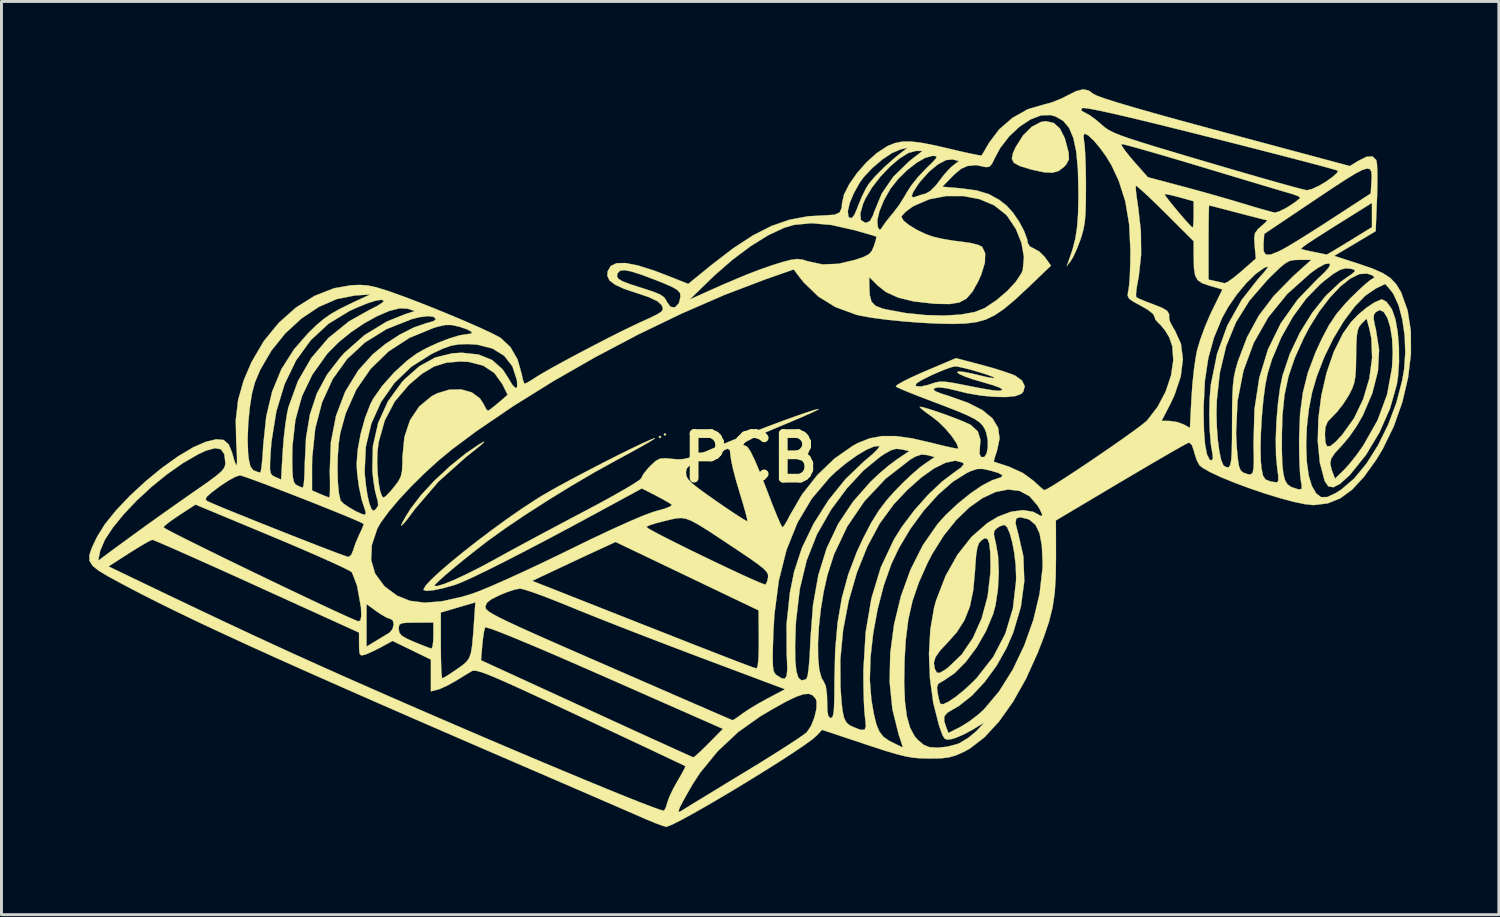
<source format=kicad_pcb>
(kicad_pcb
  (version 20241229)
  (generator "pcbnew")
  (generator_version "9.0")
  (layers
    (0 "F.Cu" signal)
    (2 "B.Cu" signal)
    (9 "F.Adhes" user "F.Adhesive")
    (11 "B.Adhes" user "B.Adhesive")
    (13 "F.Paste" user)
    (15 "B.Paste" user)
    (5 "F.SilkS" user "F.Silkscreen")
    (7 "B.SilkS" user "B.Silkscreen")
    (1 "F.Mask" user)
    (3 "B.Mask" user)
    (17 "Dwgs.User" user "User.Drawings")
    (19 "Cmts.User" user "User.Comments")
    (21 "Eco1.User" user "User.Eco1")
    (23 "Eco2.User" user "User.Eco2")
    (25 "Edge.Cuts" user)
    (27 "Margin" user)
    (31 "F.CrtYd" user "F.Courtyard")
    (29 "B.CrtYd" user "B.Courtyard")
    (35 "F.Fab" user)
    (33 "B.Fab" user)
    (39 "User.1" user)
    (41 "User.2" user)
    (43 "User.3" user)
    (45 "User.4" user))
  (footprint "PCB"
    (layer "F.Cu")
    (at 22.604 12.608)
    (property "Reference" "PCB" (at 0 0 0) (layer "F.SilkS") (effects (font (size 1.524 1.524) (thickness 0.3))))
    (attr through_hole)
    (fp_poly (pts (xy -3.048 -0.72) (xy -3.09 -0.677) (xy -3.133 -0.72) (xy -3.09 -0.762) (xy -3.048 -0.72)) (stroke (width 0.01) (type solid)) (fill yes) (layer "F.SilkS"))
    (fp_poly (pts (xy -2.879 -0.804) (xy -2.921 -0.762) (xy -2.963 -0.804) (xy -2.921 -0.847) (xy -2.879 -0.804)) (stroke (width 0.01) (type solid)) (fill yes) (layer "F.SilkS"))
    (fp_poly (pts (xy -9.099 -0.549) (xy -9.2 -0.454) (xy -9.43 -0.265) (xy -9.737 -0.022) (xy -10.663 0.807) (xy -11.463 1.737) (xy -11.547 1.851) (xy -11.728 2.091) (xy -11.865 2.255) (xy -11.934 2.314) (xy -11.938 2.308) (xy -11.894 2.202) (xy -11.78 1.998) (xy -11.618 1.741) (xy -11.609 1.728) (xy -11.258 1.266) (xy -10.798 0.771) (xy -10.273 0.283) (xy -9.728 -0.157) (xy -9.271 -0.468) (xy -9.124 -0.552) (xy -9.099 -0.549)) (stroke (width 0.01) (type solid)) (fill yes) (layer "F.SilkS"))
    (fp_poly (pts (xy 10.374 -11.453) (xy 10.586 -11.261) (xy 10.752 -10.927) (xy 10.881 -10.438) (xy 10.892 -10.214) (xy 10.798 -10.034) (xy 10.72 -9.951) (xy 10.542 -9.814) (xy 10.331 -9.753) (xy 10.049 -9.766) (xy 9.658 -9.849) (xy 9.567 -9.873) (xy 9.215 -9.98) (xy 9.012 -10.09) (xy 8.939 -10.229) (xy 8.978 -10.426) (xy 9.068 -10.625) (xy 9.323 -11.029) (xy 9.621 -11.325) (xy 9.934 -11.489) (xy 10.107 -11.515) (xy 10.374 -11.453)) (stroke (width 0.01) (type solid)) (fill yes) (layer "F.SilkS"))
    (fp_poly (pts (xy 21.747 -5.341) (xy 21.907 -5.124) (xy 21.943 -5.059) (xy 22.053 -4.743) (xy 22.131 -4.308) (xy 22.173 -3.801) (xy 22.177 -3.272) (xy 22.14 -2.766) (xy 22.101 -2.514) (xy 21.871 -1.699) (xy 21.51 -0.878) (xy 21.047 -0.107) (xy 20.51 0.562) (xy 20.46 0.614) (xy 20.162 0.882) (xy 19.931 1) (xy 19.759 0.969) (xy 19.638 0.792) (xy 19.634 0.783) (xy 19.478 0.191) (xy 19.825 0.191) (xy 19.869 0.39) (xy 19.9 0.474) (xy 19.987 0.705) (xy 20.287 0.416) (xy 20.487 0.196) (xy 20.725 -0.103) (xy 20.949 -0.418) (xy 20.952 -0.423) (xy 21.444 -1.293) (xy 21.771 -2.178) (xy 21.937 -3.093) (xy 21.961 -3.598) (xy 21.94 -4.072) (xy 21.876 -4.475) (xy 21.78 -4.787) (xy 21.657 -4.988) (xy 21.519 -5.059) (xy 21.38 -4.988) (xy 21.318 -4.894) (xy 21.308 -4.758) (xy 21.352 -4.53) (xy 21.384 -4.405) (xy 21.495 -3.697) (xy 21.456 -2.972) (xy 21.264 -2.215) (xy 20.942 -1.46) (xy 20.731 -1.093) (xy 20.473 -0.722) (xy 20.223 -0.428) (xy 20.223 -0.427) (xy 19.985 -0.172) (xy 19.858 0.019) (xy 19.825 0.191) (xy 19.478 0.191) (xy 19.469 0.158) (xy 19.399 -0.561) (xy 19.405 -0.821) (xy 19.643 -0.821) (xy 19.658 -0.54) (xy 19.715 -0.402) (xy 19.826 -0.405) (xy 20.007 -0.55) (xy 20.233 -0.793) (xy 20.639 -1.359) (xy 20.951 -2.013) (xy 21.161 -2.715) (xy 21.256 -3.425) (xy 21.229 -4.101) (xy 21.159 -4.435) (xy 21.068 -4.765) (xy 20.894 -4.591) (xy 20.815 -4.493) (xy 20.764 -4.365) (xy 20.733 -4.17) (xy 20.717 -3.873) (xy 20.71 -3.5) (xy 20.703 -3.081) (xy 20.684 -2.785) (xy 20.644 -2.565) (xy 20.576 -2.374) (xy 20.47 -2.165) (xy 20.452 -2.132) (xy 20.262 -1.836) (xy 20.047 -1.563) (xy 19.922 -1.436) (xy 19.737 -1.242) (xy 19.657 -1.045) (xy 19.643 -0.821) (xy 19.405 -0.821) (xy 19.418 -1.338) (xy 19.52 -2.133) (xy 19.698 -2.91) (xy 19.946 -3.631) (xy 20.259 -4.257) (xy 20.536 -4.648) (xy 20.783 -4.903) (xy 21.062 -5.136) (xy 21.331 -5.316) (xy 21.546 -5.411) (xy 21.601 -5.419) (xy 21.747 -5.341)) (stroke (width 0.01) (type solid)) (fill yes) (layer "F.SilkS"))
    (fp_poly (pts (xy 11.564 -12.566) (xy 11.721 -12.451) (xy 11.84 -12.39) (xy 12.102 -12.294) (xy 12.51 -12.164) (xy 13.069 -11.997) (xy 13.78 -11.794) (xy 14.648 -11.553) (xy 15.676 -11.274) (xy 16.195 -11.134) (xy 20.495 -9.98) (xy 20.777 -10.155) (xy 21.069 -10.299) (xy 21.27 -10.31) (xy 21.396 -10.189) (xy 21.4 -10.181) (xy 21.423 -10.045) (xy 21.435 -9.775) (xy 21.437 -9.41) (xy 21.428 -8.984) (xy 21.424 -8.894) (xy 21.378 -7.754) (xy 20.67 -7.332) (xy 19.961 -6.91) (xy 20.773 -6.648) (xy 21.266 -6.478) (xy 21.626 -6.319) (xy 21.885 -6.149) (xy 22.077 -5.947) (xy 22.233 -5.691) (xy 22.249 -5.66) (xy 22.469 -5.05) (xy 22.58 -4.343) (xy 22.584 -3.566) (xy 22.486 -2.747) (xy 22.29 -1.913) (xy 22.001 -1.091) (xy 21.621 -0.31) (xy 21.397 0.061) (xy 20.975 0.648) (xy 20.571 1.084) (xy 20.165 1.38) (xy 19.74 1.551) (xy 19.277 1.608) (xy 19.248 1.609) (xy 18.958 1.578) (xy 18.563 1.495) (xy 18.093 1.368) (xy 17.58 1.211) (xy 17.054 1.032) (xy 16.548 0.844) (xy 16.09 0.656) (xy 15.714 0.48) (xy 15.449 0.328) (xy 15.348 0.24) (xy 15.262 0.077) (xy 15.183 -0.164) (xy 15.171 -0.218) (xy 15.096 -0.441) (xy 15.004 -0.526) (xy 14.988 -0.525) (xy 14.889 -0.477) (xy 14.665 -0.353) (xy 14.333 -0.163) (xy 13.911 0.081) (xy 13.42 0.369) (xy 12.878 0.689) (xy 12.661 0.817) (xy 10.445 2.135) (xy 10.448 3.417) (xy 10.439 4.078) (xy 10.404 4.626) (xy 10.331 5.113) (xy 10.21 5.595) (xy 10.031 6.125) (xy 9.826 6.655) (xy 9.423 7.548) (xy 8.978 8.338) (xy 8.501 9.009) (xy 8.005 9.547) (xy 7.499 9.937) (xy 7.299 10.047) (xy 7.024 10.168) (xy 6.777 10.238) (xy 6.493 10.27) (xy 6.106 10.275) (xy 6.096 10.275) (xy 5.817 10.268) (xy 5.564 10.246) (xy 5.302 10.2) (xy 4.997 10.124) (xy 4.614 10.01) (xy 4.118 9.849) (xy 3.914 9.781) (xy 2.451 9.293) (xy 2.263 9.495) (xy 2.109 9.626) (xy 1.838 9.822) (xy 1.471 10.07) (xy 1.03 10.357) (xy 0.534 10.67) (xy 0.005 10.997) (xy -0.536 11.326) (xy -1.067 11.642) (xy -1.568 11.934) (xy -2.019 12.189) (xy -2.397 12.394) (xy -2.681 12.537) (xy -2.852 12.604) (xy -2.879 12.608) (xy -3.01 12.571) (xy -3.252 12.481) (xy -3.56 12.354) (xy -3.683 12.301) (xy -3.899 12.206) (xy -4.161 12.092) (xy -2.46 12.092) (xy -2.412 12.094) (xy -2.282 12.016) (xy -2.155 11.937) (xy -1.905 11.783) (xy -1.554 11.569) (xy -1.122 11.306) (xy -0.633 11.008) (xy -0.16 10.721) (xy 0.363 10.402) (xy 0.844 10.101) (xy 1.263 9.834) (xy 1.599 9.614) (xy 1.83 9.454) (xy 1.931 9.373) (xy 2.077 9.153) (xy 2.191 8.865) (xy 2.259 8.569) (xy 2.264 8.324) (xy 2.232 8.23) (xy 2.133 8.116) (xy 2 8.062) (xy 1.817 8.076) (xy 1.563 8.162) (xy 1.221 8.327) (xy 0.772 8.577) (xy 0.339 8.833) (xy -0.417 9.369) (xy -1.118 10.026) (xy -1.717 10.759) (xy -1.965 11.14) (xy -2.149 11.457) (xy -2.304 11.735) (xy -2.405 11.931) (xy -2.427 11.98) (xy -2.46 12.092) (xy -4.161 12.092) (xy -4.253 12.052) (xy -4.723 11.848) (xy -5.293 11.601) (xy -5.942 11.32) (xy -6.653 11.013) (xy -7.405 10.688) (xy -8.086 10.394) (xy -9.79 9.657) (xy -11.347 8.981) (xy -12.765 8.362) (xy -14.055 7.795) (xy -15.225 7.276) (xy -16.284 6.802) (xy -17.242 6.367) (xy -18.108 5.968) (xy -18.89 5.601) (xy -19.598 5.261) (xy -20.241 4.944) (xy -20.829 4.647) (xy -21.369 4.364) (xy -21.484 4.303) (xy -21.951 4.05) (xy -22.283 3.851) (xy -22.461 3.707) (xy -21.944 3.707) (xy -21.111 4.107) (xy -19.952 4.663) (xy -18.92 5.155) (xy -17.992 5.594) (xy -17.143 5.992) (xy -16.349 6.36) (xy -15.585 6.71) (xy -14.827 7.052) (xy -14.051 7.399) (xy -13.843 7.492) (xy -12.913 7.902) (xy -11.957 8.321) (xy -10.988 8.742) (xy -10.019 9.16) (xy -9.063 9.57) (xy -8.131 9.967) (xy -7.237 10.345) (xy -6.394 10.699) (xy -5.613 11.024) (xy -4.908 11.314) (xy -4.292 11.564) (xy -3.777 11.769) (xy -3.375 11.923) (xy -3.1 12.022) (xy -2.964 12.059) (xy -2.952 12.058) (xy -2.892 11.956) (xy -2.838 11.776) (xy -2.766 11.574) (xy -2.632 11.296) (xy -2.491 11.044) (xy -2.347 10.797) (xy -2.25 10.614) (xy -2.221 10.537) (xy -2.221 10.537) (xy -2.3 10.498) (xy -2.517 10.394) (xy -2.857 10.233) (xy -3.305 10.021) (xy -3.845 9.767) (xy -4.463 9.477) (xy -5.143 9.157) (xy -5.8 8.849) (xy -6.635 8.458) (xy -7.332 8.134) (xy -7.902 7.872) (xy -8.36 7.665) (xy -8.72 7.508) (xy -8.993 7.396) (xy -9.195 7.322) (xy -9.339 7.282) (xy -9.438 7.27) (xy -9.506 7.279) (xy -9.542 7.296) (xy -9.725 7.407) (xy -9.976 7.561) (xy -10.098 7.636) (xy -10.363 7.782) (xy -10.608 7.892) (xy -10.695 7.92) (xy -10.922 7.977) (xy -10.922 6.892) (xy -11.578 6.572) (xy -12.234 6.253) (xy -12.615 6.462) (xy -12.877 6.596) (xy -13.108 6.699) (xy -13.187 6.728) (xy -13.301 6.749) (xy -13.357 6.698) (xy -13.376 6.536) (xy -13.377 6.448) (xy -13.123 6.448) (xy -12.806 6.256) (xy -12.572 6.114) (xy -12.379 5.998) (xy -12.34 5.975) (xy -12.235 5.851) (xy -12.234 5.848) (xy -12.022 5.848) (xy -12.001 5.975) (xy -11.914 6.078) (xy -11.728 6.185) (xy -11.493 6.288) (xy -11.217 6.401) (xy -11.004 6.483) (xy -10.901 6.515) (xy -10.865 6.441) (xy -10.842 6.247) (xy -10.837 6.072) (xy -10.837 5.625) (xy -11.43 5.628) (xy -11.739 5.632) (xy -11.916 5.651) (xy -11.998 5.698) (xy -12.021 5.787) (xy -12.022 5.848) (xy -12.234 5.848) (xy -12.195 5.686) (xy -12.225 5.549) (xy -12.306 5.503) (xy -12.437 5.456) (xy -12.643 5.337) (xy -12.721 5.283) (xy -10.583 5.283) (xy -10.583 6.409) (xy -10.58 6.824) (xy -10.57 7.17) (xy -10.556 7.416) (xy -10.538 7.531) (xy -10.534 7.535) (xy -10.444 7.49) (xy -10.258 7.373) (xy -10.028 7.218) (xy -9.841 7.085) (xy -9.707 6.969) (xy -9.669 6.915) (xy -9.21 6.915) (xy -5.6 8.572) (xy -4.869 8.908) (xy -4.187 9.22) (xy -3.567 9.504) (xy -3.025 9.75) (xy -2.577 9.954) (xy -2.238 10.107) (xy -2.023 10.204) (xy -1.947 10.236) (xy -1.873 10.182) (xy -1.711 10.035) (xy -1.493 9.823) (xy -1.422 9.751) (xy -0.938 9.261) (xy -4.978 7.48) (xy -5.936 7.06) (xy -6.778 6.695) (xy -7.497 6.389) (xy -8.089 6.143) (xy -8.546 5.959) (xy -8.864 5.841) (xy -9.038 5.79) (xy -9.069 5.792) (xy -9.104 5.921) (xy -9.141 6.162) (xy -9.166 6.4) (xy -9.21 6.915) (xy -9.669 6.915) (xy -9.615 6.838) (xy -9.553 6.661) (xy -9.512 6.407) (xy -9.479 6.045) (xy -9.446 5.579) (xy -9.414 5.1) (xy -9.058 5.1) (xy -9.045 5.147) (xy -9 5.202) (xy -8.911 5.271) (xy -8.765 5.358) (xy -8.551 5.47) (xy -8.257 5.613) (xy -7.871 5.792) (xy -7.38 6.013) (xy -6.774 6.282) (xy -6.04 6.604) (xy -5.167 6.985) (xy -4.846 7.125) (xy -4.052 7.471) (xy -3.307 7.795) (xy -2.623 8.093) (xy -2.016 8.357) (xy -1.499 8.581) (xy -1.087 8.76) (xy -0.794 8.887) (xy -0.634 8.956) (xy -0.608 8.967) (xy -0.531 8.925) (xy -0.369 8.812) (xy -0.288 8.751) (xy -0.065 8.6) (xy 0.245 8.412) (xy 0.576 8.227) (xy 0.595 8.217) (xy 1.186 7.906) (xy -1.714 6.818) (xy -2.461 6.535) (xy -3.23 6.241) (xy -3.99 5.948) (xy -4.706 5.669) (xy -5.348 5.415) (xy -5.883 5.2) (xy -6.138 5.095) (xy -6.624 4.898) (xy -7.068 4.726) (xy -7.442 4.59) (xy -7.718 4.5) (xy -7.869 4.465) (xy -7.874 4.465) (xy -8.063 4.501) (xy -8.337 4.592) (xy -8.572 4.689) (xy -8.853 4.829) (xy -9.003 4.945) (xy -9.056 5.066) (xy -9.058 5.1) (xy -9.414 5.1) (xy -9.402 4.936) (xy -9.993 5.109) (xy -10.583 5.283) (xy -12.721 5.283) (xy -12.772 5.249) (xy -13.123 4.994) (xy -13.123 6.448) (xy -13.377 6.448) (xy -13.378 6.377) (xy -13.379 5.969) (xy -16.871 4.381) (xy -17.591 4.054) (xy -18.265 3.75) (xy -18.877 3.476) (xy -19.41 3.239) (xy -19.85 3.045) (xy -20.18 2.902) (xy -20.384 2.817) (xy -20.447 2.796) (xy -20.55 2.84) (xy -20.76 2.958) (xy -21.041 3.129) (xy -21.238 3.253) (xy -21.944 3.707) (xy -22.461 3.707) (xy -22.492 3.682) (xy -22.593 3.515) (xy -22.593 3.514) (xy -22.297 3.514) (xy -22.007 3.295) (xy -21.829 3.163) (xy -21.549 2.958) (xy -21.206 2.707) (xy -20.834 2.437) (xy -20.786 2.402) (xy -20.739 2.368) (xy -20.066 2.368) (xy -19.993 2.417) (xy -19.785 2.528) (xy -19.462 2.694) (xy -19.042 2.904) (xy -18.546 3.149) (xy -17.99 3.422) (xy -17.395 3.711) (xy -16.78 4.008) (xy -16.163 4.305) (xy -15.563 4.591) (xy -15 4.858) (xy -14.492 5.097) (xy -14.058 5.298) (xy -13.717 5.453) (xy -13.488 5.552) (xy -13.391 5.586) (xy -13.327 5.543) (xy -13.303 5.393) (xy -13.313 5.105) (xy -13.314 5.101) (xy -13.446 4.37) (xy -13.621 3.91) (xy -13.71 3.852) (xy -13.936 3.738) (xy -14.282 3.577) (xy -14.478 3.489) (xy -12.965 3.489) (xy -12.829 3.95) (xy -12.533 4.357) (xy -12.475 4.413) (xy -12.081 4.705) (xy -11.641 4.882) (xy -11.136 4.946) (xy -10.546 4.9) (xy -9.852 4.743) (xy -9.525 4.645) (xy -9.259 4.547) (xy -8.867 4.384) (xy -8.451 4.201) (xy -7.458 4.201) (xy -5.444 4.996) (xy -4.339 5.432) (xy -3.383 5.809) (xy -2.564 6.131) (xy -1.873 6.403) (xy -1.3 6.626) (xy -0.836 6.807) (xy -0.471 6.948) (xy -0.195 7.053) (xy 0.003 7.126) (xy 0.13 7.171) (xy 0.198 7.191) (xy 0.212 7.193) (xy 0.249 7.113) (xy 0.275 6.882) (xy 0.276 6.864) (xy 0.764 6.864) (xy 0.771 7.107) (xy 0.791 7.262) (xy 0.828 7.355) (xy 0.883 7.414) (xy 0.894 7.423) (xy 1.065 7.53) (xy 1.178 7.545) (xy 1.24 7.449) (xy 1.262 7.225) (xy 1.25 6.857) (xy 1.241 6.703) (xy 1.24 6.428) (xy 1.529 6.428) (xy 1.536 6.937) (xy 1.574 7.297) (xy 1.644 7.517) (xy 1.75 7.604) (xy 1.892 7.57) (xy 1.915 7.555) (xy 1.957 7.444) (xy 1.995 7.177) (xy 2.027 6.767) (xy 2.048 6.327) (xy 2.312 6.327) (xy 2.316 6.824) (xy 2.355 7.229) (xy 2.431 7.515) (xy 2.49 7.612) (xy 2.576 7.785) (xy 2.618 8.081) (xy 2.625 8.325) (xy 2.633 8.64) (xy 2.663 8.816) (xy 2.721 8.886) (xy 2.749 8.89) (xy 2.799 8.865) (xy 2.833 8.776) (xy 2.856 8.598) (xy 2.868 8.308) (xy 2.873 7.883) (xy 2.874 7.641) (xy 2.892 6.897) (xy 3.075 6.897) (xy 3.081 7.832) (xy 3.115 8.313) (xy 3.152 8.654) (xy 3.204 8.884) (xy 3.277 9.033) (xy 3.383 9.13) (xy 3.505 9.192) (xy 3.765 9.293) (xy 3.904 9.294) (xy 3.949 9.174) (xy 3.925 8.912) (xy 3.919 8.869) (xy 3.895 8.616) (xy 3.877 8.241) (xy 3.866 7.792) (xy 3.865 7.59) (xy 4.084 7.59) (xy 4.136 8.256) (xy 4.138 8.268) (xy 4.222 8.758) (xy 4.309 9.11) (xy 4.413 9.357) (xy 4.548 9.53) (xy 4.73 9.659) (xy 4.826 9.709) (xy 5.045 9.817) (xy 5.187 9.887) (xy 5.215 9.901) (xy 5.195 9.831) (xy 5.135 9.646) (xy 5.071 9.457) (xy 4.855 8.587) (xy 4.765 7.69) (xy 5.259 7.69) (xy 5.284 8.325) (xy 5.349 8.828) (xy 5.458 9.216) (xy 5.613 9.507) (xy 5.717 9.629) (xy 5.922 9.805) (xy 6.12 9.886) (xy 6.398 9.904) (xy 6.405 9.904) (xy 6.738 9.868) (xy 7.07 9.78) (xy 7.154 9.745) (xy 7.441 9.574) (xy 7.71 9.354) (xy 7.747 9.316) (xy 8.001 9.043) (xy 7.578 9.299) (xy 7.293 9.452) (xy 7.02 9.568) (xy 6.888 9.608) (xy 6.743 9.63) (xy 6.649 9.601) (xy 6.575 9.49) (xy 6.491 9.264) (xy 6.445 9.128) (xy 6.412 8.996) (xy 6.627 8.996) (xy 6.687 9.183) (xy 6.771 9.402) (xy 7.185 9.192) (xy 7.481 9.01) (xy 7.8 8.765) (xy 7.985 8.596) (xy 8.503 7.98) (xy 8.968 7.239) (xy 9.364 6.409) (xy 9.676 5.531) (xy 9.888 4.642) (xy 9.986 3.782) (xy 9.991 3.564) (xy 9.965 2.997) (xy 9.887 2.577) (xy 9.75 2.288) (xy 9.548 2.116) (xy 9.471 2.084) (xy 9.224 2.024) (xy 9.091 2.067) (xy 9.065 2.228) (xy 9.137 2.518) (xy 9.151 2.561) (xy 9.333 3.358) (xy 9.365 4.207) (xy 9.249 5.084) (xy 8.987 5.968) (xy 8.759 6.496) (xy 8.419 7.099) (xy 8.015 7.652) (xy 7.577 8.122) (xy 7.136 8.472) (xy 6.988 8.559) (xy 6.742 8.704) (xy 6.63 8.834) (xy 6.627 8.996) (xy 6.412 8.996) (xy 6.253 8.371) (xy 6.182 7.848) (xy 6.38 7.848) (xy 6.402 8.036) (xy 6.448 8.254) (xy 6.488 8.393) (xy 6.493 8.403) (xy 6.589 8.418) (xy 6.776 8.331) (xy 7.026 8.162) (xy 7.313 7.93) (xy 7.609 7.654) (xy 7.74 7.519) (xy 8.305 6.797) (xy 8.717 6.004) (xy 8.976 5.139) (xy 9.083 4.201) (xy 9.085 4.068) (xy 9.071 3.667) (xy 9.025 3.262) (xy 8.955 2.886) (xy 8.869 2.574) (xy 8.776 2.363) (xy 8.683 2.286) (xy 8.539 2.332) (xy 8.433 2.396) (xy 8.345 2.483) (xy 8.324 2.601) (xy 8.366 2.807) (xy 8.386 2.883) (xy 8.468 3.349) (xy 8.493 3.906) (xy 8.463 4.488) (xy 8.382 5.029) (xy 8.3 5.334) (xy 8.055 5.918) (xy 7.738 6.472) (xy 7.373 6.962) (xy 6.984 7.355) (xy 6.599 7.618) (xy 6.56 7.636) (xy 6.421 7.723) (xy 6.38 7.848) (xy 6.182 7.848) (xy 6.14 7.541) (xy 6.118 7.003) (xy 6.272 7.003) (xy 6.303 7.194) (xy 6.317 7.232) (xy 6.378 7.338) (xy 6.47 7.348) (xy 6.632 7.256) (xy 6.756 7.167) (xy 7.219 6.726) (xy 7.607 6.155) (xy 7.908 5.48) (xy 8.112 4.729) (xy 8.206 3.926) (xy 8.211 3.671) (xy 8.201 3.219) (xy 8.168 2.923) (xy 8.107 2.768) (xy 8.013 2.741) (xy 7.89 2.822) (xy 7.811 2.921) (xy 7.757 3.074) (xy 7.719 3.315) (xy 7.69 3.679) (xy 7.682 3.834) (xy 7.62 4.523) (xy 7.503 5.083) (xy 7.317 5.552) (xy 7.05 5.967) (xy 6.759 6.293) (xy 6.484 6.587) (xy 6.327 6.812) (xy 6.272 7.003) (xy 6.118 7.003) (xy 6.106 6.688) (xy 6.153 5.862) (xy 6.282 5.114) (xy 6.35 4.868) (xy 6.672 4.036) (xy 7.08 3.307) (xy 7.56 2.698) (xy 8.1 2.226) (xy 8.472 2.003) (xy 8.912 1.837) (xy 9.323 1.782) (xy 9.669 1.84) (xy 9.802 1.91) (xy 9.945 1.988) (xy 9.98 1.944) (xy 9.906 1.774) (xy 9.825 1.634) (xy 9.545 1.307) (xy 9.202 1.124) (xy 8.811 1.078) (xy 8.385 1.162) (xy 7.938 1.369) (xy 7.485 1.69) (xy 7.038 2.12) (xy 6.612 2.651) (xy 6.221 3.275) (xy 6.053 3.598) (xy 5.758 4.261) (xy 5.544 4.885) (xy 5.399 5.525) (xy 5.311 6.234) (xy 5.272 6.906) (xy 5.259 7.69) (xy 4.765 7.69) (xy 4.761 7.65) (xy 4.782 6.676) (xy 4.912 5.693) (xy 5.145 4.73) (xy 5.475 3.818) (xy 5.895 2.984) (xy 6.399 2.259) (xy 6.678 1.949) (xy 7.093 1.56) (xy 7.518 1.216) (xy 7.918 0.942) (xy 8.261 0.763) (xy 8.403 0.715) (xy 8.587 0.652) (xy 8.612 0.584) (xy 8.474 0.509) (xy 8.213 0.432) (xy 7.943 0.373) (xy 7.746 0.376) (xy 7.533 0.45) (xy 7.398 0.513) (xy 6.916 0.816) (xy 6.418 1.254) (xy 5.929 1.797) (xy 5.475 2.415) (xy 5.079 3.078) (xy 4.821 3.623) (xy 4.563 4.351) (xy 4.353 5.157) (xy 4.199 5.995) (xy 4.107 6.821) (xy 4.084 7.59) (xy 3.865 7.59) (xy 3.864 7.316) (xy 3.865 7.239) (xy 3.941 5.96) (xy 4.14 4.79) (xy 4.462 3.732) (xy 4.906 2.79) (xy 5.172 2.363) (xy 5.602 1.792) (xy 6.073 1.261) (xy 6.55 0.809) (xy 6.97 0.492) (xy 7.202 0.327) (xy 7.293 0.218) (xy 7.266 0.158) (xy 7.008 0.092) (xy 6.675 0.161) (xy 6.282 0.355) (xy 5.842 0.667) (xy 5.37 1.088) (xy 4.908 1.577) (xy 4.422 2.239) (xy 3.996 3.032) (xy 3.64 3.925) (xy 3.361 4.887) (xy 3.17 5.888) (xy 3.075 6.897) (xy 2.892 6.897) (xy 2.9 6.572) (xy 2.982 5.63) (xy 3.128 4.779) (xy 3.345 3.985) (xy 3.639 3.212) (xy 3.861 2.734) (xy 4.13 2.217) (xy 4.387 1.803) (xy 4.67 1.431) (xy 4.929 1.141) (xy 5.229 0.834) (xy 5.538 0.544) (xy 5.806 0.315) (xy 5.915 0.233) (xy 6.3 -0.032) (xy 6.051 -0.099) (xy 5.853 -0.12) (xy 5.65 -0.054) (xy 5.462 0.058) (xy 4.624 0.708) (xy 3.903 1.474) (xy 3.312 2.341) (xy 2.861 3.294) (xy 2.633 4.004) (xy 2.505 4.578) (xy 2.408 5.175) (xy 2.343 5.768) (xy 2.312 6.327) (xy 2.048 6.327) (xy 2.053 6.228) (xy 2.054 6.181) (xy 2.141 5.03) (xy 2.323 4.005) (xy 2.608 3.086) (xy 3.002 2.253) (xy 3.514 1.488) (xy 4.095 0.827) (xy 4.393 0.544) (xy 4.719 0.266) (xy 5.002 0.054) (xy 5.434 -0.237) (xy 5.164 -0.296) (xy 4.989 -0.314) (xy 4.815 -0.268) (xy 4.589 -0.142) (xy 4.434 -0.039) (xy 3.865 0.429) (xy 3.298 1.04) (xy 2.759 1.767) (xy 2.754 1.775) (xy 2.277 2.61) (xy 1.924 3.504) (xy 1.689 4.48) (xy 1.562 5.564) (xy 1.551 5.761) (xy 1.529 6.428) (xy 1.24 6.428) (xy 1.237 5.675) (xy 1.351 4.609) (xy 1.494 3.895) (xy 1.762 3.074) (xy 2.164 2.242) (xy 2.671 1.442) (xy 3.257 0.716) (xy 3.894 0.107) (xy 3.94 0.07) (xy 4.181 -0.135) (xy 4.346 -0.298) (xy 4.412 -0.394) (xy 4.404 -0.409) (xy 4.227 -0.393) (xy 3.96 -0.278) (xy 3.632 -0.082) (xy 3.274 0.175) (xy 2.916 0.473) (xy 2.706 0.673) (xy 2.1 1.389) (xy 1.61 2.212) (xy 1.235 3.145) (xy 0.972 4.195) (xy 0.82 5.368) (xy 0.785 6.005) (xy 0.769 6.505) (xy 0.764 6.864) (xy 0.276 6.864) (xy 0.288 6.518) (xy 0.289 6.203) (xy 0.282 5.21) (xy -2.163 4.04) (xy -4.608 2.87) (xy -5.204 3.145) (xy -5.549 3.304) (xy -5.978 3.504) (xy -6.421 3.712) (xy -6.629 3.81) (xy -7.458 4.201) (xy -8.451 4.201) (xy -8.375 4.168) (xy -7.808 3.91) (xy -7.192 3.622) (xy -6.553 3.315) (xy -6.265 3.174) (xy -5.44 2.772) (xy -4.721 2.434) (xy -4.55 2.357) (xy -3.556 2.357) (xy -3.483 2.411) (xy -3.281 2.525) (xy -2.974 2.686) (xy -2.586 2.882) (xy -2.142 3.103) (xy -1.667 3.335) (xy -1.184 3.567) (xy -0.717 3.789) (xy -0.292 3.987) (xy 0.068 4.15) (xy 0.338 4.266) (xy 0.494 4.324) (xy 0.522 4.327) (xy 0.576 4.211) (xy 0.607 4.068) (xy 0.603 3.982) (xy 0.554 3.889) (xy 0.442 3.774) (xy 0.246 3.619) (xy -0.051 3.41) (xy -0.469 3.129) (xy -0.548 3.077) (xy -1.069 2.731) (xy -1.471 2.467) (xy -1.777 2.277) (xy -2.012 2.15) (xy -2.197 2.078) (xy -2.358 2.051) (xy -2.517 2.061) (xy -2.698 2.097) (xy -2.916 2.15) (xy -3.218 2.227) (xy -3.443 2.298) (xy -3.551 2.349) (xy -3.556 2.357) (xy -4.55 2.357) (xy -4.12 2.163) (xy -3.644 1.962) (xy -3.303 1.837) (xy -3.192 1.806) (xy -2.92 1.729) (xy -2.739 1.656) (xy -2.684 1.601) (xy -2.687 1.597) (xy -2.795 1.524) (xy -3.006 1.404) (xy -3.234 1.283) (xy -3.71 1.04) (xy -5.178 1.838) (xy -6.076 2.323) (xy -6.921 2.773) (xy -7.698 3.18) (xy -8.395 3.538) (xy -8.999 3.84) (xy -9.495 4.079) (xy -9.871 4.249) (xy -10.113 4.343) (xy -10.118 4.344) (xy -10.522 4.456) (xy -10.851 4.523) (xy -11.077 4.542) (xy -11.174 4.509) (xy -11.176 4.499) (xy -11.109 4.374) (xy -10.922 4.169) (xy -10.632 3.898) (xy -10.26 3.577) (xy -9.823 3.22) (xy -9.342 2.842) (xy -8.834 2.459) (xy -8.32 2.085) (xy -7.817 1.736) (xy -7.344 1.426) (xy -7.117 1.285) (xy -6.809 1.107) (xy -6.418 0.89) (xy -5.969 0.649) (xy -5.486 0.396) (xy -4.995 0.142) (xy -4.52 -0.098) (xy -4.086 -0.312) (xy -3.719 -0.488) (xy -3.443 -0.612) (xy -3.283 -0.673) (xy -3.26 -0.677) (xy -3.304 -0.639) (xy -3.477 -0.535) (xy -3.757 -0.375) (xy -4.124 -0.172) (xy -4.556 0.061) (xy -4.614 0.093) (xy -5.344 0.497) (xy -6.127 0.957) (xy -6.922 1.446) (xy -7.689 1.938) (xy -8.388 2.41) (xy -8.978 2.834) (xy -9.017 2.864) (xy -9.392 3.154) (xy -9.766 3.451) (xy -10.114 3.736) (xy -10.414 3.99) (xy -10.644 4.195) (xy -10.781 4.33) (xy -10.809 4.375) (xy -10.696 4.377) (xy -10.458 4.303) (xy -10.118 4.164) (xy -9.696 3.967) (xy -9.214 3.724) (xy -8.716 3.455) (xy -8.305 3.228) (xy -7.782 2.945) (xy -7.187 2.625) (xy -6.559 2.291) (xy -5.938 1.962) (xy -5.654 1.813) (xy -5.133 1.535) (xy -4.666 1.278) (xy -4.271 1.053) (xy -3.971 0.872) (xy -3.783 0.746) (xy -3.728 0.69) (xy -3.67 0.567) (xy -3.63 0.516) (xy -2.201 0.516) (xy -2.186 0.62) (xy -2.128 0.726) (xy -2.005 0.854) (xy -1.797 1.023) (xy -1.484 1.251) (xy -1.167 1.474) (xy -0.804 1.723) (xy -0.492 1.931) (xy -0.257 2.081) (xy -0.123 2.157) (xy -0.102 2.162) (xy -0.114 2.074) (xy -0.168 1.857) (xy -0.257 1.544) (xy -0.372 1.167) (xy -0.374 1.159) (xy -0.494 0.752) (xy -0.592 0.378) (xy -0.656 0.082) (xy -0.677 -0.084) (xy -0.703 -0.279) (xy -0.783 -0.316) (xy -0.783 -0.316) (xy -0.907 -0.265) (xy -1.142 -0.167) (xy -1.445 -0.041) (xy -1.545 0.001) (xy -1.868 0.142) (xy -2.063 0.247) (xy -2.163 0.34) (xy -2.198 0.447) (xy -2.201 0.516) (xy -3.63 0.516) (xy -3.526 0.383) (xy -3.426 0.277) (xy -3.24 0.103) (xy -3.089 0.022) (xy -2.9 0.008) (xy -2.678 0.03) (xy -2.485 0.046) (xy -2.308 0.039) (xy -2.111 -0.003) (xy -1.861 -0.088) (xy -1.519 -0.225) (xy -1.162 -0.378) (xy -0.765 -0.544) (xy -0.31 -0.727) (xy 0.176 -0.917) (xy 0.669 -1.105) (xy 1.142 -1.281) (xy 1.57 -1.435) (xy 1.927 -1.558) (xy 2.186 -1.641) (xy 2.323 -1.673) (xy 2.337 -1.671) (xy 2.272 -1.631) (xy 2.076 -1.538) (xy 1.773 -1.405) (xy 1.388 -1.24) (xy 1.056 -1.102) (xy 0.496 -0.866) (xy 0.092 -0.683) (xy -0.16 -0.55) (xy -0.263 -0.465) (xy -0.222 -0.426) (xy -0.171 -0.423) (xy -0.094 -0.372) (xy 0.011 -0.212) (xy 0.149 0.071) (xy 0.325 0.486) (xy 0.545 1.047) (xy 0.638 1.291) (xy 0.79 1.685) (xy 0.925 2.014) (xy 1.029 2.25) (xy 1.09 2.364) (xy 1.099 2.371) (xy 1.162 2.301) (xy 1.268 2.123) (xy 1.346 1.968) (xy 1.767 1.245) (xy 2.288 0.584) (xy 2.88 0.017) (xy 3.51 -0.422) (xy 3.675 -0.511) (xy 4.073 -0.67) (xy 4.495 -0.749) (xy 4.973 -0.75) (xy 5.539 -0.67) (xy 6.202 -0.517) (xy 6.565 -0.426) (xy 6.86 -0.359) (xy 7.053 -0.323) (xy 7.112 -0.323) (xy 7.052 -0.496) (xy 6.894 -0.735) (xy 6.673 -0.998) (xy 6.422 -1.244) (xy 6.227 -1.398) (xy 5.996 -1.564) (xy 5.837 -1.69) (xy 5.785 -1.749) (xy 5.785 -1.749) (xy 5.877 -1.74) (xy 6.086 -1.681) (xy 6.373 -1.588) (xy 6.697 -1.474) (xy 7.02 -1.353) (xy 7.302 -1.24) (xy 7.502 -1.148) (xy 7.537 -1.129) (xy 7.775 -0.912) (xy 7.867 -0.619) (xy 7.844 -0.339) (xy 7.836 -0.141) (xy 7.886 -0.035) (xy 7.999 -0.032) (xy 8.078 -0.156) (xy 8.118 -0.364) (xy 8.115 -0.617) (xy 8.062 -0.872) (xy 8.008 -1.003) (xy 7.934 -1.12) (xy 7.828 -1.226) (xy 7.668 -1.333) (xy 7.432 -1.453) (xy 7.098 -1.596) (xy 6.643 -1.774) (xy 6.182 -1.949) (xy 5.77 -2.106) (xy 5.414 -2.247) (xy 5.145 -2.359) (xy 4.993 -2.431) (xy 4.973 -2.444) (xy 5.004 -2.481) (xy 5.646 -2.481) (xy 5.665 -2.46) (xy 5.826 -2.442) (xy 6.084 -2.501) (xy 6.147 -2.523) (xy 6.323 -2.582) (xy 6.483 -2.611) (xy 6.669 -2.607) (xy 6.925 -2.57) (xy 7.296 -2.498) (xy 7.384 -2.48) (xy 7.9 -2.379) (xy 8.266 -2.318) (xy 8.495 -2.297) (xy 8.6 -2.314) (xy 8.602 -2.357) (xy 8.504 -2.413) (xy 8.287 -2.492) (xy 7.997 -2.577) (xy 7.983 -2.581) (xy 7.624 -2.685) (xy 7.336 -2.785) (xy 7.144 -2.871) (xy 7.068 -2.933) (xy 7.131 -2.96) (xy 7.142 -2.96) (xy 7.306 -2.941) (xy 7.569 -2.889) (xy 7.808 -2.832) (xy 8.078 -2.768) (xy 8.275 -2.733) (xy 8.35 -2.734) (xy 8.296 -2.773) (xy 8.121 -2.839) (xy 7.87 -2.92) (xy 7.586 -3.003) (xy 7.314 -3.074) (xy 7.098 -3.121) (xy 7.001 -3.133) (xy 6.856 -3.099) (xy 6.605 -3.008) (xy 6.296 -2.877) (xy 6.197 -2.833) (xy 5.868 -2.67) (xy 5.687 -2.556) (xy 5.646 -2.481) (xy 5.004 -2.481) (xy 5.021 -2.5) (xy 5.2 -2.605) (xy 5.483 -2.746) (xy 5.845 -2.91) (xy 5.967 -2.963) (xy 7.03 -3.413) (xy 7.893 -3.186) (xy 8.29 -3.076) (xy 8.657 -2.962) (xy 8.943 -2.862) (xy 9.056 -2.814) (xy 9.289 -2.645) (xy 9.382 -2.45) (xy 9.326 -2.26) (xy 9.262 -2.194) (xy 9.069 -2.118) (xy 8.751 -2.084) (xy 8.345 -2.09) (xy 7.889 -2.133) (xy 7.42 -2.214) (xy 7.139 -2.282) (xy 6.723 -2.382) (xy 6.447 -2.416) (xy 6.303 -2.39) (xy 6.261 -2.339) (xy 6.33 -2.28) (xy 6.529 -2.201) (xy 6.783 -2.121) (xy 7.442 -1.888) (xy 7.938 -1.635) (xy 8.279 -1.352) (xy 8.47 -1.032) (xy 8.52 -0.668) (xy 8.433 -0.252) (xy 8.432 -0.249) (xy 8.36 -0.03) (xy 8.323 0.106) (xy 8.322 0.126) (xy 8.405 0.154) (xy 8.604 0.219) (xy 8.843 0.297) (xy 9.315 0.511) (xy 9.683 0.782) (xy 9.873 0.958) (xy 10.009 1.074) (xy 10.05 1.101) (xy 10.153 1.054) (xy 10.371 0.926) (xy 10.679 0.731) (xy 11.053 0.487) (xy 11.47 0.21) (xy 11.905 -0.085) (xy 12.336 -0.381) (xy 12.738 -0.662) (xy 13.087 -0.912) (xy 13.36 -1.115) (xy 13.533 -1.254) (xy 13.568 -1.288) (xy 13.926 -1.755) (xy 14.2 -2.277) (xy 14.381 -2.819) (xy 14.459 -3.345) (xy 14.425 -3.821) (xy 14.32 -4.126) (xy 14.173 -4.368) (xy 14.017 -4.557) (xy 13.968 -4.598) (xy 13.844 -4.732) (xy 13.818 -4.834) (xy 13.761 -4.933) (xy 13.58 -5.073) (xy 13.352 -5.205) (xy 13.09 -5.346) (xy 12.948 -5.447) (xy 12.899 -5.547) (xy 12.912 -5.683) (xy 12.929 -5.757) (xy 12.955 -5.957) (xy 12.976 -6.282) (xy 12.989 -6.685) (xy 12.993 -7.112) (xy 12.949 -7.997) (xy 12.819 -8.773) (xy 12.678 -9.214) (xy 13.175 -9.214) (xy 13.197 -8.994) (xy 13.24 -8.691) (xy 13.256 -8.594) (xy 13.351 -7.754) (xy 13.359 -6.941) (xy 13.279 -6.21) (xy 13.257 -6.096) (xy 13.205 -5.81) (xy 13.183 -5.593) (xy 13.195 -5.495) (xy 13.298 -5.442) (xy 13.513 -5.353) (xy 13.78 -5.252) (xy 14.079 -5.133) (xy 14.247 -5.032) (xy 14.316 -4.919) (xy 14.317 -4.769) (xy 14.353 -4.643) (xy 14.46 -4.444) (xy 14.511 -4.366) (xy 14.72 -3.909) (xy 14.787 -3.377) (xy 14.713 -2.783) (xy 14.497 -2.142) (xy 14.355 -1.841) (xy 14.059 -1.27) (xy 14.332 -1.267) (xy 14.6 -1.227) (xy 14.817 -1.147) (xy 15.028 -1.029) (xy 15.057 -1.6) (xy 15.495 -1.6) (xy 15.508 -0.944) (xy 15.547 -0.447) (xy 15.614 -0.111) (xy 15.706 0.061) (xy 15.765 0.085) (xy 15.814 0.016) (xy 15.804 -0.106) (xy 15.742 -0.481) (xy 15.703 -0.966) (xy 15.689 -1.504) (xy 15.69 -1.521) (xy 15.935 -1.521) (xy 15.948 -1.057) (xy 15.982 -0.614) (xy 16.033 -0.226) (xy 16.097 0.072) (xy 16.17 0.246) (xy 16.194 0.27) (xy 16.289 0.318) (xy 16.359 0.313) (xy 16.408 0.234) (xy 16.44 0.063) (xy 16.458 -0.221) (xy 16.466 -0.636) (xy 16.467 -0.847) (xy 16.605 -0.847) (xy 16.634 -0.307) (xy 16.669 0.056) (xy 16.707 0.286) (xy 16.759 0.418) (xy 16.836 0.489) (xy 16.878 0.508) (xy 17.019 0.559) (xy 17.115 0.562) (xy 17.175 0.495) (xy 17.205 0.333) (xy 17.212 0.055) (xy 17.206 -0.325) (xy 17.441 -0.325) (xy 17.453 0.128) (xy 17.476 0.36) (xy 17.526 0.603) (xy 17.613 0.736) (xy 17.786 0.803) (xy 18 0.835) (xy 18.047 0.785) (xy 18.047 0.604) (xy 18.013 0.36) (xy 17.971 -0.079) (xy 17.969 -0.248) (xy 18.171 -0.248) (xy 18.186 0.203) (xy 18.22 0.53) (xy 18.277 0.755) (xy 18.362 0.899) (xy 18.478 0.984) (xy 18.524 1.003) (xy 18.745 1.075) (xy 18.843 1.058) (xy 18.849 0.928) (xy 18.821 0.783) (xy 18.796 0.579) (xy 18.777 0.249) (xy 18.764 -0.164) (xy 18.762 -0.442) (xy 19.002 -0.442) (xy 19.023 0.125) (xy 19.09 0.607) (xy 19.195 0.953) (xy 19.346 1.214) (xy 19.515 1.339) (xy 19.729 1.333) (xy 20.018 1.197) (xy 20.202 1.079) (xy 20.643 0.702) (xy 21.068 0.185) (xy 21.461 -0.439) (xy 21.805 -1.14) (xy 22.085 -1.888) (xy 22.285 -2.651) (xy 22.351 -3.037) (xy 22.391 -3.604) (xy 22.369 -4.185) (xy 22.289 -4.738) (xy 22.16 -5.224) (xy 21.987 -5.603) (xy 21.898 -5.726) (xy 21.706 -5.95) (xy 21.391 -5.8) (xy 21.031 -5.556) (xy 20.658 -5.173) (xy 20.288 -4.678) (xy 19.938 -4.098) (xy 19.625 -3.46) (xy 19.365 -2.791) (xy 19.205 -2.244) (xy 19.093 -1.666) (xy 19.025 -1.052) (xy 19.002 -0.442) (xy 18.762 -0.442) (xy 18.76 -0.615) (xy 18.761 -0.677) (xy 18.793 -1.508) (xy 18.888 -2.234) (xy 19.059 -2.914) (xy 19.318 -3.604) (xy 19.528 -4.059) (xy 19.779 -4.536) (xy 20.037 -4.923) (xy 20.352 -5.293) (xy 20.52 -5.467) (xy 20.788 -5.728) (xy 21.022 -5.943) (xy 21.192 -6.081) (xy 21.251 -6.117) (xy 21.34 -6.177) (xy 21.263 -6.246) (xy 21.081 -6.305) (xy 20.818 -6.288) (xy 20.506 -6.133) (xy 20.162 -5.857) (xy 19.805 -5.476) (xy 19.45 -5.01) (xy 19.115 -4.474) (xy 18.921 -4.106) (xy 18.615 -3.428) (xy 18.4 -2.799) (xy 18.263 -2.164) (xy 18.191 -1.466) (xy 18.172 -0.847) (xy 18.171 -0.248) (xy 17.969 -0.248) (xy 17.963 -0.629) (xy 17.985 -1.236) (xy 18.035 -1.846) (xy 18.109 -2.404) (xy 18.196 -2.824) (xy 18.445 -3.565) (xy 18.79 -4.29) (xy 19.208 -4.964) (xy 19.677 -5.551) (xy 20.173 -6.015) (xy 20.336 -6.133) (xy 20.563 -6.29) (xy 20.665 -6.38) (xy 20.656 -6.429) (xy 20.554 -6.464) (xy 20.535 -6.469) (xy 20.357 -6.486) (xy 20.169 -6.436) (xy 19.939 -6.302) (xy 19.635 -6.068) (xy 19.491 -5.948) (xy 19.004 -5.452) (xy 18.548 -4.829) (xy 18.149 -4.121) (xy 17.832 -3.37) (xy 17.685 -2.891) (xy 17.606 -2.5) (xy 17.539 -1.999) (xy 17.488 -1.437) (xy 17.454 -0.863) (xy 17.441 -0.325) (xy 17.206 -0.325) (xy 17.205 -0.364) (xy 17.202 -0.5) (xy 17.235 -1.672) (xy 17.399 -2.741) (xy 17.697 -3.715) (xy 18.132 -4.602) (xy 18.707 -5.411) (xy 19.348 -6.079) (xy 19.621 -6.339) (xy 19.774 -6.51) (xy 19.82 -6.611) (xy 19.784 -6.653) (xy 19.638 -6.628) (xy 19.394 -6.494) (xy 19.147 -6.317) (xy 18.355 -5.608) (xy 17.708 -4.813) (xy 17.209 -3.936) (xy 16.857 -2.98) (xy 16.655 -1.949) (xy 16.605 -0.847) (xy 16.467 -0.847) (xy 16.468 -1.164) (xy 16.471 -1.727) (xy 16.48 -2.156) (xy 16.499 -2.487) (xy 16.531 -2.753) (xy 16.579 -2.99) (xy 16.647 -3.234) (xy 16.667 -3.3) (xy 16.981 -4.129) (xy 17.381 -4.864) (xy 17.895 -5.543) (xy 18.548 -6.207) (xy 18.604 -6.258) (xy 19.175 -6.773) (xy 18.768 -6.773) (xy 18.588 -6.768) (xy 18.444 -6.74) (xy 18.303 -6.667) (xy 18.131 -6.53) (xy 17.898 -6.308) (xy 17.665 -6.075) (xy 17.065 -5.383) (xy 16.602 -4.64) (xy 16.267 -3.825) (xy 16.05 -2.915) (xy 15.947 -1.971) (xy 15.935 -1.521) (xy 15.69 -1.521) (xy 15.702 -2.036) (xy 15.742 -2.502) (xy 15.956 -3.563) (xy 16.306 -4.529) (xy 16.797 -5.405) (xy 17.353 -6.115) (xy 17.57 -6.359) (xy 17.679 -6.498) (xy 17.689 -6.545) (xy 17.609 -6.519) (xy 17.555 -6.492) (xy 17.27 -6.289) (xy 16.948 -5.972) (xy 16.624 -5.582) (xy 16.333 -5.158) (xy 16.132 -4.796) (xy 15.849 -4.114) (xy 15.655 -3.411) (xy 15.54 -2.644) (xy 15.496 -1.769) (xy 15.495 -1.6) (xy 15.057 -1.6) (xy 15.081 -2.06) (xy 15.114 -2.533) (xy 15.165 -3.014) (xy 15.225 -3.437) (xy 15.274 -3.689) (xy 15.381 -4.048) (xy 15.539 -4.479) (xy 15.72 -4.905) (xy 15.777 -5.025) (xy 16.138 -5.762) (xy 15.698 -5.89) (xy 15.452 -5.974) (xy 15.294 -6.078) (xy 15.206 -6.238) (xy 15.166 -6.491) (xy 15.157 -6.874) (xy 15.156 -6.902) (xy 15.155 -7.368) (xy 15.663 -7.368) (xy 15.663 -6.099) (xy 15.896 -6.048) (xy 16.097 -6.003) (xy 16.214 -5.975) (xy 16.313 -6.017) (xy 16.501 -6.148) (xy 16.739 -6.341) (xy 16.79 -6.385) (xy 17.281 -6.816) (xy 17.241 -7.258) (xy 17.238 -7.303) (xy 17.542 -7.303) (xy 17.548 -7.07) (xy 17.621 -6.955) (xy 17.781 -6.952) (xy 18.048 -7.057) (xy 18.21 -7.138) (xy 18.225 -7.147) (xy 18.836 -7.147) (xy 18.85 -7.136) (xy 18.979 -7.104) (xy 19.204 -7.056) (xy 19.309 -7.035) (xy 19.536 -6.989) (xy 19.677 -6.958) (xy 19.697 -6.952) (xy 19.77 -6.99) (xy 19.956 -7.099) (xy 20.226 -7.261) (xy 20.481 -7.417) (xy 21.251 -7.891) (xy 21.251 -8.722) (xy 20.553 -8.285) (xy 19.998 -7.938) (xy 19.573 -7.669) (xy 19.26 -7.469) (xy 19.046 -7.327) (xy 18.914 -7.233) (xy 18.849 -7.177) (xy 18.836 -7.147) (xy 18.225 -7.147) (xy 18.403 -7.249) (xy 18.706 -7.432) (xy 19.088 -7.671) (xy 19.519 -7.944) (xy 19.897 -8.189) (xy 21.209 -9.043) (xy 21.231 -9.411) (xy 21.241 -9.626) (xy 21.23 -9.782) (xy 21.184 -9.874) (xy 21.088 -9.898) (xy 20.926 -9.85) (xy 20.685 -9.725) (xy 20.348 -9.518) (xy 19.9 -9.226) (xy 19.33 -8.845) (xy 17.568 -7.662) (xy 17.542 -7.303) (xy 17.238 -7.303) (xy 17.225 -7.527) (xy 17.255 -7.693) (xy 17.353 -7.824) (xy 17.454 -7.914) (xy 17.605 -8.048) (xy 17.673 -8.123) (xy 17.671 -8.128) (xy 17.579 -8.148) (xy 17.357 -8.203) (xy 17.039 -8.285) (xy 16.67 -8.381) (xy 16.292 -8.48) (xy 15.98 -8.561) (xy 15.766 -8.616) (xy 15.684 -8.635) (xy 15.677 -8.556) (xy 15.671 -8.336) (xy 15.666 -8.006) (xy 15.664 -7.594) (xy 15.663 -7.368) (xy 15.155 -7.368) (xy 15.155 -7.411) (xy 14.185 -8.379) (xy 13.857 -8.702) (xy 13.572 -8.974) (xy 13.52 -9.022) (xy 14.158 -9.022) (xy 14.198 -8.953) (xy 14.32 -8.793) (xy 14.494 -8.577) (xy 14.691 -8.342) (xy 14.88 -8.123) (xy 15.032 -7.956) (xy 15.117 -7.876) (xy 15.123 -7.874) (xy 15.141 -7.95) (xy 15.153 -8.147) (xy 15.155 -8.326) (xy 15.155 -8.777) (xy 14.67 -8.913) (xy 14.408 -8.98) (xy 14.222 -9.019) (xy 14.158 -9.022) (xy 13.52 -9.022) (xy 13.35 -9.177) (xy 13.213 -9.292) (xy 13.179 -9.309) (xy 13.175 -9.214) (xy 12.678 -9.214) (xy 12.593 -9.48) (xy 12.346 -10.007) (xy 12.165 -10.307) (xy 11.953 -10.6) (xy 11.84 -10.734) (xy 12.686 -10.734) (xy 12.704 -10.665) (xy 12.816 -10.5) (xy 13 -10.271) (xy 13.1 -10.155) (xy 13.589 -9.6) (xy 14.774 -9.285) (xy 15.306 -9.141) (xy 15.881 -8.98) (xy 16.431 -8.821) (xy 16.886 -8.685) (xy 16.891 -8.684) (xy 17.272 -8.569) (xy 17.6 -8.475) (xy 17.836 -8.411) (xy 17.94 -8.39) (xy 18.076 -8.428) (xy 18.291 -8.534) (xy 18.427 -8.615) (xy 18.636 -8.756) (xy 18.77 -8.865) (xy 18.796 -8.901) (xy 18.723 -8.954) (xy 18.541 -9.022) (xy 18.479 -9.04) (xy 18.322 -9.085) (xy 18.025 -9.172) (xy 17.61 -9.296) (xy 17.099 -9.449) (xy 16.512 -9.625) (xy 15.873 -9.818) (xy 15.461 -9.942) (xy 14.814 -10.136) (xy 14.218 -10.313) (xy 13.693 -10.465) (xy 13.258 -10.589) (xy 12.933 -10.678) (xy 12.736 -10.727) (xy 12.686 -10.734) (xy 11.84 -10.734) (xy 11.74 -10.852) (xy 11.554 -11.027) (xy 11.428 -11.091) (xy 11.39 -11.019) (xy 11.406 -10.838) (xy 11.411 -10.816) (xy 11.433 -10.634) (xy 11.451 -10.322) (xy 11.465 -9.917) (xy 11.472 -9.457) (xy 11.472 -9.271) (xy 11.469 -8.752) (xy 11.457 -8.363) (xy 11.432 -8.065) (xy 11.389 -7.819) (xy 11.325 -7.587) (xy 11.279 -7.451) (xy 11.16 -7.143) (xy 11.04 -6.881) (xy 10.95 -6.731) (xy 10.815 -6.562) (xy 10.878 -6.731) (xy 11.013 -7.125) (xy 11.108 -7.494) (xy 11.169 -7.884) (xy 11.203 -8.339) (xy 11.215 -8.905) (xy 11.215 -9.102) (xy 11.198 -9.859) (xy 11.143 -10.465) (xy 11.045 -10.934) (xy 10.898 -11.283) (xy 10.697 -11.525) (xy 10.436 -11.675) (xy 10.265 -11.724) (xy 9.939 -11.714) (xy 9.574 -11.573) (xy 9.199 -11.325) (xy 8.846 -10.994) (xy 8.545 -10.604) (xy 8.37 -10.28) (xy 8.26 -10.056) (xy 8.166 -9.955) (xy 8.045 -9.945) (xy 7.976 -9.959) (xy 7.794 -9.998) (xy 7.705 -10.012) (xy 7.425 -9.983) (xy 7.206 -9.889) (xy 6.976 -9.697) (xy 6.912 -9.632) (xy 6.562 -9.274) (xy 7.197 -9.22) (xy 7.732 -9.148) (xy 8.155 -9.02) (xy 8.519 -8.818) (xy 8.761 -8.626) (xy 8.976 -8.391) (xy 9.185 -8.085) (xy 9.358 -7.762) (xy 9.463 -7.478) (xy 9.482 -7.354) (xy 9.555 -7.23) (xy 9.689 -7.163) (xy 9.874 -7.061) (xy 10.06 -6.878) (xy 10.086 -6.844) (xy 10.276 -6.576) (xy 9.501 -5.833) (xy 9.045 -5.409) (xy 8.669 -5.095) (xy 8.343 -4.875) (xy 8.037 -4.73) (xy 7.721 -4.644) (xy 7.363 -4.599) (xy 7.348 -4.597) (xy 6.938 -4.584) (xy 6.422 -4.594) (xy 5.841 -4.624) (xy 5.239 -4.67) (xy 4.659 -4.728) (xy 4.145 -4.796) (xy 3.74 -4.869) (xy 3.618 -4.899) (xy 2.91 -5.159) (xy 2.321 -5.522) (xy 1.821 -6.007) (xy 1.693 -6.167) (xy 1.679 -6.186) (xy 4.064 -6.186) (xy 4.064 -5.94) (xy 4.079 -5.579) (xy 4.14 -5.347) (xy 4.276 -5.204) (xy 4.511 -5.112) (xy 4.644 -5.079) (xy 5.311 -4.956) (xy 5.98 -4.887) (xy 6.617 -4.869) (xy 7.19 -4.903) (xy 7.667 -4.989) (xy 8.007 -5.122) (xy 8.415 -5.396) (xy 8.784 -5.71) (xy 9.08 -6.031) (xy 9.271 -6.324) (xy 9.313 -6.435) (xy 9.353 -6.87) (xy 9.269 -7.352) (xy 9.076 -7.832) (xy 8.791 -8.259) (xy 8.732 -8.326) (xy 8.334 -8.639) (xy 7.835 -8.85) (xy 7.275 -8.956) (xy 6.69 -8.955) (xy 6.118 -8.845) (xy 5.597 -8.621) (xy 5.51 -8.568) (xy 5.308 -8.417) (xy 5.183 -8.284) (xy 5.165 -8.237) (xy 5.237 -8.115) (xy 5.429 -7.96) (xy 5.699 -7.797) (xy 6.007 -7.651) (xy 6.231 -7.571) (xy 6.539 -7.497) (xy 6.922 -7.431) (xy 7.22 -7.395) (xy 7.535 -7.35) (xy 7.789 -7.286) (xy 7.923 -7.22) (xy 8.028 -6.999) (xy 8.017 -6.674) (xy 7.891 -6.263) (xy 7.782 -6.023) (xy 7.587 -5.678) (xy 7.386 -5.448) (xy 7.141 -5.316) (xy 6.814 -5.263) (xy 6.368 -5.27) (xy 6.269 -5.276) (xy 5.588 -5.353) (xy 5.05 -5.484) (xy 4.633 -5.675) (xy 4.36 -5.891) (xy 4.064 -6.186) (xy 1.679 -6.186) (xy 1.482 -6.447) (xy 0.466 -6.09) (xy -0.905 -5.567) (xy -2.346 -4.94) (xy -3.823 -4.228) (xy -5.299 -3.45) (xy -6.74 -2.625) (xy -8.109 -1.773) (xy -9.373 -0.912) (xy -10.202 -0.294) (xy -10.668 0.091) (xy -11.143 0.524) (xy -11.602 0.978) (xy -12.02 1.427) (xy -12.372 1.845) (xy -12.634 2.204) (xy -12.757 2.421) (xy -12.941 2.978) (xy -12.965 3.489) (xy -14.478 3.489) (xy -14.729 3.377) (xy -15.259 3.146) (xy -15.852 2.892) (xy -16.322 2.695) (xy -18.97 1.592) (xy -19.518 1.949) (xy -19.778 2.126) (xy -19.971 2.271) (xy -20.063 2.36) (xy -20.066 2.368) (xy -20.739 2.368) (xy -20.322 2.069) (xy -19.792 1.693) (xy -19.383 1.406) (xy -18.625 1.406) (xy -18.582 1.463) (xy -18.564 1.474) (xy -18.435 1.534) (xy -18.177 1.644) (xy -17.816 1.793) (xy -17.374 1.972) (xy -16.875 2.173) (xy -16.345 2.384) (xy -15.806 2.598) (xy -15.283 2.803) (xy -14.799 2.992) (xy -14.378 3.154) (xy -14.045 3.279) (xy -13.823 3.359) (xy -13.739 3.385) (xy -13.646 3.314) (xy -13.579 3.154) (xy -13.503 2.925) (xy -13.388 2.654) (xy -13.359 2.595) (xy -13.266 2.393) (xy -13.222 2.268) (xy -13.223 2.251) (xy -13.345 2.19) (xy -13.595 2.08) (xy -13.949 1.933) (xy -14.379 1.759) (xy -14.86 1.566) (xy -15.365 1.367) (xy -15.869 1.171) (xy -16.346 0.988) (xy -16.769 0.828) (xy -17.112 0.703) (xy -17.35 0.621) (xy -17.454 0.593) (xy -17.603 0.641) (xy -17.839 0.769) (xy -18.115 0.95) (xy -18.171 0.991) (xy -18.438 1.193) (xy -18.583 1.323) (xy -18.625 1.406) (xy -19.383 1.406) (xy -19.266 1.323) (xy -18.902 1.07) (xy -18.515 0.799) (xy -18.248 0.6) (xy -18.079 0.452) (xy -17.988 0.336) (xy -17.953 0.23) (xy -17.949 0.171) (xy -17.985 -0.129) (xy -18.099 -0.297) (xy -18.304 -0.336) (xy -18.612 -0.251) (xy -18.866 -0.134) (xy -19.396 0.172) (xy -19.939 0.553) (xy -20.473 0.986) (xy -20.975 1.45) (xy -21.424 1.922) (xy -21.797 2.381) (xy -22.072 2.802) (xy -22.226 3.166) (xy -22.238 3.217) (xy -22.297 3.514) (xy -22.593 3.514) (xy -22.599 3.327) (xy -22.523 3.092) (xy -22.379 2.784) (xy -22.339 2.702) (xy -22.073 2.271) (xy -21.687 1.792) (xy -21.213 1.293) (xy -20.68 0.8) (xy -20.121 0.341) (xy -19.567 -0.056) (xy -19.047 -0.366) (xy -18.624 -0.551) (xy -18.261 -0.64) (xy -18.007 -0.616) (xy -17.835 -0.466) (xy -17.717 -0.178) (xy -17.706 -0.134) (xy -17.641 0.093) (xy -17.585 0.233) (xy -17.565 0.254) (xy -17.552 0.176) (xy -17.553 -0.034) (xy -17.566 -0.339) (xy -17.578 -0.535) (xy -17.58 -0.633) (xy -17.188 -0.633) (xy -17.172 -0.158) (xy -17.151 0.029) (xy -17.096 0.282) (xy -16.998 0.417) (xy -16.815 0.486) (xy -16.755 0.498) (xy -16.73 0.423) (xy -16.725 0.384) (xy -16.423 0.384) (xy -16.4 0.518) (xy -16.346 0.593) (xy -16.254 0.643) (xy -16.246 0.647) (xy -16.044 0.737) (xy -15.999 -0.033) (xy -15.663 -0.033) (xy -15.659 0.371) (xy -15.644 0.638) (xy -15.612 0.8) (xy -15.559 0.891) (xy -15.515 0.925) (xy -15.364 0.997) (xy -15.303 1.013) (xy -15.276 0.936) (xy -15.253 0.727) (xy -15.24 0.422) (xy -15.238 0.297) (xy -14.986 0.297) (xy -14.986 1.109) (xy -14.711 1.228) (xy -14.517 1.309) (xy -14.4 1.35) (xy -14.393 1.351) (xy -14.379 1.274) (xy -14.372 1.062) (xy -14.373 0.751) (xy -14.38 0.463) (xy -14.378 0.404) (xy -14.115 0.404) (xy -14.102 0.842) (xy -14.067 1.208) (xy -14.012 1.451) (xy -13.916 1.553) (xy -13.723 1.687) (xy -13.492 1.82) (xy -13.281 1.915) (xy -13.178 1.942) (xy -13.145 1.884) (xy -13.168 1.799) (xy -13.284 1.439) (xy -13.381 0.986) (xy -13.444 0.52) (xy -13.447 0.458) (xy -13.187 0.458) (xy -13.179 0.593) (xy -13.141 0.956) (xy -13.087 1.3) (xy -13.028 1.548) (xy -12.953 1.746) (xy -12.889 1.805) (xy -12.806 1.751) (xy -12.801 1.746) (xy -12.726 1.627) (xy -12.739 1.464) (xy -12.777 1.341) (xy -12.834 1.114) (xy -12.886 0.787) (xy -12.924 0.431) (xy -12.924 0.423) (xy -12.918 0.146) (xy -12.758 0.146) (xy -12.743 0.52) (xy -12.707 0.865) (xy -12.655 1.143) (xy -12.588 1.316) (xy -12.536 1.355) (xy -12.453 1.294) (xy -12.305 1.138) (xy -12.185 0.995) (xy -12.04 0.803) (xy -11.953 0.639) (xy -11.91 0.448) (xy -11.896 0.175) (xy -11.894 -0.042) (xy -11.828 -0.716) (xy -11.636 -1.292) (xy -11.323 -1.76) (xy -10.896 -2.112) (xy -10.71 -2.21) (xy -10.295 -2.336) (xy -9.888 -2.345) (xy -9.526 -2.243) (xy -9.247 -2.04) (xy -9.127 -1.855) (xy -9.04 -1.686) (xy -8.977 -1.612) (xy -8.975 -1.612) (xy -8.892 -1.664) (xy -8.726 -1.794) (xy -8.615 -1.887) (xy -8.298 -2.159) (xy -8.477 -2.521) (xy -8.752 -2.905) (xy -9.136 -3.16) (xy -9.628 -3.285) (xy -9.913 -3.3) (xy -10.392 -3.259) (xy -10.814 -3.127) (xy -11.223 -2.884) (xy -11.664 -2.51) (xy -11.678 -2.497) (xy -12.158 -1.932) (xy -12.501 -1.28) (xy -12.711 -0.536) (xy -12.748 -0.218) (xy -12.758 0.146) (xy -12.918 0.146) (xy -12.905 -0.406) (xy -12.726 -1.197) (xy -12.393 -1.933) (xy -11.913 -2.594) (xy -11.833 -2.681) (xy -11.316 -3.138) (xy -10.774 -3.435) (xy -10.188 -3.58) (xy -9.864 -3.598) (xy -9.292 -3.537) (xy -8.831 -3.351) (xy -8.473 -3.034) (xy -8.291 -2.756) (xy -8.135 -2.497) (xy -8.027 -2.388) (xy -7.973 -2.43) (xy -7.978 -2.626) (xy -7.985 -2.67) (xy -8.136 -3.135) (xy -8.416 -3.494) (xy -8.817 -3.743) (xy -9.33 -3.874) (xy -9.669 -3.895) (xy -9.972 -3.884) (xy -10.228 -3.84) (xy -10.498 -3.746) (xy -10.843 -3.585) (xy -10.905 -3.554) (xy -11.591 -3.12) (xy -12.169 -2.566) (xy -12.628 -1.912) (xy -12.958 -1.177) (xy -13.148 -0.381) (xy -13.187 0.458) (xy -13.447 0.458) (xy -13.461 0.204) (xy -13.424 -0.284) (xy -13.322 -0.831) (xy -13.172 -1.372) (xy -12.991 -1.842) (xy -12.896 -2.025) (xy -12.584 -2.469) (xy -12.178 -2.924) (xy -11.734 -3.331) (xy -11.414 -3.566) (xy -11.084 -3.752) (xy -10.696 -3.931) (xy -10.301 -4.084) (xy -9.95 -4.191) (xy -9.692 -4.233) (xy -9.685 -4.233) (xy -9.533 -4.255) (xy -9.531 -4.311) (xy -9.667 -4.391) (xy -9.927 -4.481) (xy -9.954 -4.489) (xy -10.208 -4.546) (xy -10.425 -4.548) (xy -10.687 -4.49) (xy -10.824 -4.449) (xy -11.652 -4.109) (xy -12.374 -3.64) (xy -12.983 -3.048) (xy -13.472 -2.341) (xy -13.835 -1.526) (xy -14.022 -0.847) (xy -14.075 -0.489) (xy -14.106 -0.055) (xy -14.115 0.404) (xy -14.378 0.404) (xy -14.343 -0.531) (xy -14.166 -1.444) (xy -13.853 -2.267) (xy -13.406 -2.995) (xy -12.914 -3.541) (xy -12.481 -3.896) (xy -11.995 -4.213) (xy -11.506 -4.462) (xy -11.068 -4.614) (xy -11.015 -4.625) (xy -10.833 -4.68) (xy -10.753 -4.739) (xy -10.753 -4.742) (xy -10.826 -4.826) (xy -11.027 -4.85) (xy -11.322 -4.813) (xy -11.578 -4.747) (xy -12.438 -4.407) (xy -13.176 -3.95) (xy -13.791 -3.379) (xy -14.281 -2.696) (xy -14.643 -1.904) (xy -14.877 -1.005) (xy -14.981 -0.004) (xy -14.986 0.297) (xy -15.238 0.297) (xy -15.237 0.233) (xy -15.192 -0.692) (xy -15.056 -1.495) (xy -14.821 -2.204) (xy -14.476 -2.846) (xy -14.012 -3.448) (xy -13.873 -3.6) (xy -13.19 -4.203) (xy -12.428 -4.666) (xy -11.811 -4.914) (xy -11.472 -5.023) (xy -11.717 -5.105) (xy -11.984 -5.119) (xy -12.342 -5.029) (xy -12.758 -4.851) (xy -13.205 -4.604) (xy -13.651 -4.303) (xy -14.069 -3.965) (xy -14.427 -3.607) (xy -14.485 -3.539) (xy -14.978 -2.846) (xy -15.332 -2.108) (xy -15.555 -1.3) (xy -15.656 -0.398) (xy -15.663 -0.033) (xy -15.999 -0.033) (xy -15.987 -0.245) (xy -15.951 -0.698) (xy -15.898 -1.148) (xy -15.838 -1.532) (xy -15.793 -1.736) (xy -15.47 -2.625) (xy -15.013 -3.416) (xy -14.428 -4.101) (xy -13.723 -4.671) (xy -13.022 -5.064) (xy -12.769 -5.192) (xy -12.592 -5.303) (xy -12.532 -5.366) (xy -12.601 -5.411) (xy -12.798 -5.382) (xy -13.098 -5.287) (xy -13.479 -5.131) (xy -13.708 -5.025) (xy -14.42 -4.592) (xy -15.029 -4.028) (xy -15.531 -3.338) (xy -15.924 -2.526) (xy -16.205 -1.599) (xy -16.372 -0.561) (xy -16.4 -0.209) (xy -16.421 0.154) (xy -16.423 0.384) (xy -16.725 0.384) (xy -16.702 0.212) (xy -16.675 -0.101) (xy -16.654 -0.445) (xy -16.552 -1.42) (xy -16.348 -2.276) (xy -16.034 -3.035) (xy -15.599 -3.719) (xy -15.117 -4.269) (xy -14.838 -4.54) (xy -14.589 -4.751) (xy -14.329 -4.932) (xy -14.013 -5.109) (xy -13.602 -5.31) (xy -13.377 -5.415) (xy -12.996 -5.591) (xy -13.519 -5.556) (xy -14.138 -5.434) (xy -14.756 -5.165) (xy -15.351 -4.767) (xy -15.899 -4.263) (xy -16.376 -3.67) (xy -16.76 -3.01) (xy -16.941 -2.579) (xy -17.04 -2.201) (xy -17.117 -1.713) (xy -17.168 -1.171) (xy -17.188 -0.633) (xy -17.58 -0.633) (xy -17.593 -1.301) (xy -17.513 -1.984) (xy -17.326 -2.646) (xy -17.055 -3.279) (xy -16.636 -3.995) (xy -16.123 -4.621) (xy -15.536 -5.143) (xy -14.899 -5.543) (xy -14.231 -5.804) (xy -13.653 -5.905) (xy -13.348 -5.917) (xy -13.081 -5.898) (xy -12.794 -5.837) (xy -12.428 -5.724) (xy -12.278 -5.673) (xy -11.83 -5.512) (xy -11.318 -5.317) (xy -10.773 -5.101) (xy -10.224 -4.876) (xy -9.702 -4.655) (xy -9.237 -4.45) (xy -8.858 -4.274) (xy -8.597 -4.14) (xy -8.532 -4.101) (xy -8.205 -3.794) (xy -7.96 -3.369) (xy -7.823 -2.886) (xy -7.777 -2.672) (xy -7.728 -2.55) (xy -7.713 -2.54) (xy -7.616 -2.584) (xy -7.436 -2.693) (xy -7.361 -2.743) (xy -7.142 -2.878) (xy -6.803 -3.072) (xy -6.374 -3.307) (xy -5.888 -3.568) (xy -5.375 -3.837) (xy -4.867 -4.099) (xy -4.396 -4.336) (xy -3.991 -4.532) (xy -3.81 -4.617) (xy -3.431 -4.79) (xy -3.183 -4.912) (xy -3.044 -5.002) (xy -2.991 -5.076) (xy -3.001 -5.155) (xy -3.04 -5.235) (xy -3.181 -5.363) (xy -3.475 -5.501) (xy -3.843 -5.625) (xy -4.312 -5.782) (xy -4.631 -5.928) (xy -4.819 -6.074) (xy -4.879 -6.206) (xy -4.56 -6.206) (xy -4.509 -6.124) (xy -4.369 -6.041) (xy -4.117 -5.944) (xy -3.728 -5.818) (xy -3.652 -5.795) (xy -3.299 -5.679) (xy -3.075 -5.584) (xy -2.943 -5.489) (xy -2.868 -5.373) (xy -2.855 -5.34) (xy -2.733 -5.17) (xy -2.583 -5.148) (xy -2.456 -5.273) (xy -2.422 -5.363) (xy -2.411 -5.418) (xy -2.074 -5.418) (xy -1.397 -5.724) (xy -0.979 -5.909) (xy -0.518 -6.106) (xy -0.109 -6.276) (xy -0.085 -6.286) (xy 0.309 -6.437) (xy 0.729 -6.584) (xy 1.083 -6.695) (xy 1.39 -6.776) (xy 1.603 -6.804) (xy 1.787 -6.781) (xy 1.961 -6.726) (xy 2.466 -6.618) (xy 3.017 -6.64) (xy 3.572 -6.771) (xy 3.869 -6.872) (xy 4.048 -6.964) (xy 4.153 -7.082) (xy 4.223 -7.243) (xy 4.287 -7.443) (xy 4.308 -7.56) (xy 4.305 -7.569) (xy 4.216 -7.6) (xy 4.002 -7.663) (xy 3.703 -7.749) (xy 3.556 -7.79) (xy 2.769 -7.967) (xy 2.087 -8.027) (xy 1.496 -7.97) (xy 1.158 -7.872) (xy 0.613 -7.617) (xy 0.011 -7.243) (xy -0.615 -6.775) (xy -1.232 -6.237) (xy -1.355 -6.119) (xy -2.074 -5.418) (xy -2.411 -5.418) (xy -2.389 -5.521) (xy -2.406 -5.642) (xy -2.496 -5.746) (xy -2.683 -5.853) (xy -2.991 -5.986) (xy -3.253 -6.09) (xy -3.727 -6.268) (xy -4.069 -6.377) (xy -4.303 -6.422) (xy -4.449 -6.405) (xy -4.531 -6.33) (xy -4.545 -6.299) (xy -4.56 -6.206) (xy -4.879 -6.206) (xy -4.891 -6.234) (xy -4.88 -6.377) (xy -4.777 -6.562) (xy -4.577 -6.659) (xy -4.27 -6.666) (xy -3.847 -6.583) (xy -3.298 -6.41) (xy -2.845 -6.238) (xy -2.124 -5.952) (xy -1.317 -6.609) (xy -0.578 -7.176) (xy 0.095 -7.614) (xy 0.726 -7.934) (xy 1.343 -8.147) (xy 1.972 -8.264) (xy 2.589 -8.297) (xy 2.887 -8.318) (xy 3.054 -8.397) (xy 3.072 -8.438) (xy 3.331 -8.438) (xy 3.351 -8.255) (xy 3.39 -8.211) (xy 3.472 -8.206) (xy 3.557 -8.316) (xy 3.572 -8.351) (xy 3.757 -8.351) (xy 3.779 -8.137) (xy 3.916 -8.047) (xy 3.963 -8.043) (xy 4.091 -8.104) (xy 4.101 -8.122) (xy 4.339 -8.122) (xy 4.357 -7.902) (xy 4.412 -7.796) (xy 4.47 -7.834) (xy 4.517 -7.91) (xy 4.632 -8.072) (xy 4.805 -8.29) (xy 4.878 -8.375) (xy 5.087 -8.65) (xy 5.273 -8.947) (xy 5.512 -8.947) (xy 5.575 -8.91) (xy 5.652 -8.934) (xy 5.858 -9.004) (xy 5.993 -9.038) (xy 6.152 -9.13) (xy 6.34 -9.317) (xy 6.437 -9.444) (xy 6.63 -9.695) (xy 6.829 -9.912) (xy 6.907 -9.981) (xy 7.126 -10.153) (xy 6.909 -10.208) (xy 6.688 -10.184) (xy 6.412 -10.038) (xy 6.111 -9.79) (xy 5.817 -9.463) (xy 5.746 -9.37) (xy 5.569 -9.1) (xy 5.512 -8.947) (xy 5.273 -8.947) (xy 5.285 -8.965) (xy 5.334 -9.056) (xy 5.495 -9.309) (xy 5.733 -9.607) (xy 5.991 -9.881) (xy 6.223 -10.107) (xy 6.344 -10.24) (xy 6.367 -10.306) (xy 6.305 -10.327) (xy 6.221 -10.329) (xy 5.982 -10.265) (xy 5.682 -10.093) (xy 5.361 -9.842) (xy 5.054 -9.542) (xy 4.802 -9.223) (xy 4.788 -9.203) (xy 4.567 -8.815) (xy 4.413 -8.441) (xy 4.339 -8.122) (xy 4.101 -8.122) (xy 4.196 -8.301) (xy 4.229 -8.403) (xy 4.492 -9.041) (xy 4.885 -9.612) (xy 5.425 -10.139) (xy 5.588 -10.269) (xy 5.884 -10.497) (xy 5.655 -10.498) (xy 5.403 -10.429) (xy 5.099 -10.241) (xy 4.771 -9.962) (xy 4.448 -9.622) (xy 4.159 -9.248) (xy 3.933 -8.871) (xy 3.851 -8.687) (xy 3.757 -8.351) (xy 3.572 -8.351) (xy 3.662 -8.561) (xy 3.686 -8.627) (xy 3.814 -8.939) (xy 3.955 -9.223) (xy 4.041 -9.363) (xy 4.266 -9.63) (xy 4.58 -9.945) (xy 4.931 -10.258) (xy 5.122 -10.412) (xy 5.376 -10.607) (xy 5.122 -10.546) (xy 4.84 -10.425) (xy 4.509 -10.204) (xy 4.174 -9.919) (xy 3.882 -9.61) (xy 3.737 -9.412) (xy 3.534 -9.049) (xy 3.395 -8.713) (xy 3.331 -8.438) (xy 3.072 -8.438) (xy 3.124 -8.56) (xy 3.133 -8.706) (xy 3.201 -9.007) (xy 3.382 -9.364) (xy 3.648 -9.743) (xy 3.97 -10.108) (xy 4.321 -10.424) (xy 4.67 -10.654) (xy 4.705 -10.671) (xy 4.941 -10.766) (xy 5.188 -10.816) (xy 5.477 -10.821) (xy 5.84 -10.779) (xy 6.307 -10.688) (xy 6.797 -10.574) (xy 7.201 -10.479) (xy 7.54 -10.404) (xy 7.784 -10.356) (xy 7.901 -10.34) (xy 7.906 -10.342) (xy 7.957 -10.426) (xy 8.065 -10.611) (xy 8.156 -10.769) (xy 8.508 -11.237) (xy 8.967 -11.633) (xy 9.397 -11.873) (xy 11.313 -11.873) (xy 11.434 -11.81) (xy 11.601 -11.72) (xy 11.827 -11.553) (xy 11.985 -11.416) (xy 12.082 -11.331) (xy 12.186 -11.254) (xy 12.311 -11.18) (xy 12.476 -11.102) (xy 12.697 -11.015) (xy 12.991 -10.913) (xy 13.373 -10.79) (xy 13.861 -10.639) (xy 14.471 -10.456) (xy 15.22 -10.233) (xy 15.593 -10.123) (xy 16.31 -9.912) (xy 16.981 -9.717) (xy 17.589 -9.542) (xy 18.114 -9.394) (xy 18.538 -9.276) (xy 18.843 -9.195) (xy 19.01 -9.156) (xy 19.03 -9.153) (xy 19.198 -9.194) (xy 19.446 -9.309) (xy 19.689 -9.454) (xy 19.915 -9.618) (xy 20.059 -9.75) (xy 20.09 -9.821) (xy 20.09 -9.821) (xy 19.998 -9.852) (xy 19.756 -9.92) (xy 19.382 -10.022) (xy 18.889 -10.152) (xy 18.295 -10.306) (xy 17.613 -10.482) (xy 16.861 -10.675) (xy 16.053 -10.88) (xy 15.723 -10.963) (xy 14.657 -11.23) (xy 13.749 -11.454) (xy 12.995 -11.636) (xy 12.388 -11.777) (xy 11.923 -11.878) (xy 11.595 -11.941) (xy 11.4 -11.966) (xy 11.333 -11.959) (xy 11.313 -11.873) (xy 9.397 -11.873) (xy 9.489 -11.925) (xy 10.003 -12.075) (xy 10.294 -12.153) (xy 10.628 -12.286) (xy 10.802 -12.374) (xy 11.134 -12.541) (xy 11.375 -12.603) (xy 11.564 -12.566)) (stroke (width 0.01) (type solid)) (fill yes) (layer "F.SilkS")))
  (gr_rect
    (start -3 -3)
    (end 48.193 28.221)
    (stroke (width 0.1) (type default))
    (fill no)
    (layer "Edge.Cuts")))
</source>
